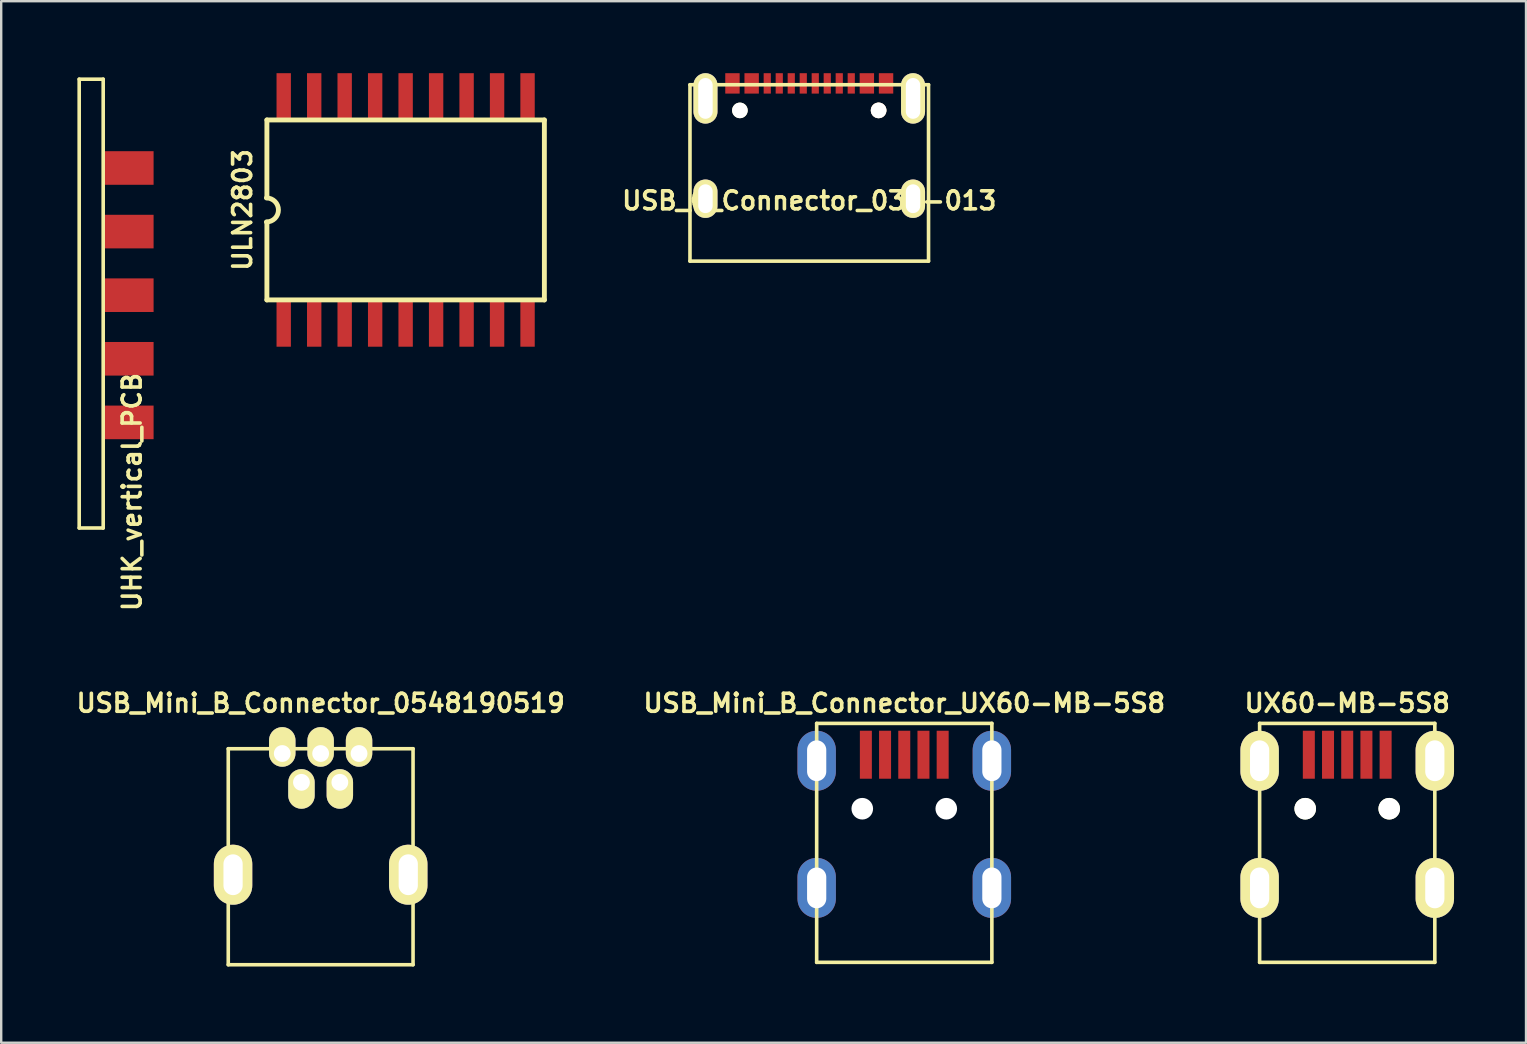
<source format=kicad_pcb>
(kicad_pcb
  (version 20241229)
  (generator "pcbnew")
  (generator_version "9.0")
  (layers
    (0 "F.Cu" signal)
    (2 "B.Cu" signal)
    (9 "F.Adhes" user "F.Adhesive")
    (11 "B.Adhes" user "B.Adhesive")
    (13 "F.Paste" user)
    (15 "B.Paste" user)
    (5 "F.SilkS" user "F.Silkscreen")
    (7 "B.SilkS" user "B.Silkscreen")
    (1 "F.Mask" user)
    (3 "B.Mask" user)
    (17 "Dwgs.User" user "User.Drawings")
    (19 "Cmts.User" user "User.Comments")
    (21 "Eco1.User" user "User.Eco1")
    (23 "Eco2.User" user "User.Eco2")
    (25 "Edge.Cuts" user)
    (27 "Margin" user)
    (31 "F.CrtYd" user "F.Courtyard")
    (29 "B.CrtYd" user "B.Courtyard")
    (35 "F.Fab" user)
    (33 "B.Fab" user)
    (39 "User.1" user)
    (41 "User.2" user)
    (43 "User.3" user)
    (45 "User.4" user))
  (footprint "USB_C_Connector_036-013"
    (layer "F.Cu")
    (at 30.67 7.85)
    (property "Reference" "USB_C_Connector_036-013" (at 0 -2.54 0) (layer "F.SilkS") (effects (font (size 0.75 0.75) (thickness 0.15))))
    (attr through_hole)
    (fp_line (start -4.97 -7.37) (end -4.97 -0.02) (stroke (width 0.15) (type solid)) (layer "F.SilkS"))
    (fp_line (start -4.97 -0.02) (end 4.97 -0.02) (stroke (width 0.15) (type solid)) (layer "F.SilkS"))
    (fp_line (start 4.97 -7.37) (end -4.97 -7.37) (stroke (width 0.15) (type solid)) (layer "F.SilkS"))
    (fp_line (start 4.97 -0.02) (end 4.97 -7.37) (stroke (width 0.15) (type solid)) (layer "F.SilkS"))
    (pad "" np_thru_hole circle (at -2.89 -6.3) (size 0.65 0.65) (drill 0.65) (layers "*.Cu" "*.Mask" "F.SilkS"))
    (pad "" np_thru_hole circle (at 2.89 -6.3 180) (size 0.65 0.65) (drill 0.65) (layers "*.Cu" "*.SilkS" "*.Mask"))
    (pad "13" thru_hole oval (at -4.325 -6.8) (size 1 2.1) (drill oval 0.6 1.7) (layers "*.Cu" "*.Mask" "F.SilkS"))
    (pad "13" thru_hole oval (at -4.325 -2.62) (size 1 1.6) (drill oval 0.6 1.2) (layers "*.Cu" "*.Mask" "F.SilkS"))
    (pad "13" thru_hole oval (at 4.325 -6.8 180) (size 1 2.1) (drill oval 0.6 1.7) (layers "*.Cu" "*.Mask" "F.SilkS"))
    (pad "13" thru_hole oval (at 4.325 -2.62 180) (size 1 1.6) (drill oval 0.6 1.2) (layers "*.Cu" "*.Mask" "F.SilkS"))
    (pad "A1B12" smd rect (at -3.2 -7.425) (size 0.6 0.85) (layers "F.Cu" "F.Mask" "F.Paste"))
    (pad "A4B9" smd rect (at -2.4 -7.425) (size 0.6 0.85) (layers "F.Cu" "F.Mask" "F.Paste"))
    (pad "A5" smd rect (at -1.25 -7.425) (size 0.3 0.85) (layers "F.Cu" "F.Mask" "F.Paste"))
    (pad "A6" smd rect (at -0.25 -7.425) (size 0.3 0.85) (layers "F.Cu" "F.Mask" "F.Paste"))
    (pad "A7" smd rect (at 0.25 -7.425) (size 0.3 0.85) (layers "F.Cu" "F.Mask" "F.Paste"))
    (pad "A8" smd rect (at 1.25 -7.425) (size 0.3 0.85) (layers "F.Cu" "F.Mask" "F.Paste"))
    (pad "B1A12" smd rect (at 3.2 -7.425) (size 0.6 0.85) (layers "F.Cu" "F.Mask" "F.Paste"))
    (pad "B4A9" smd rect (at 2.4 -7.425) (size 0.6 0.85) (layers "F.Cu" "F.Mask" "F.Paste"))
    (pad "B5" smd rect (at 1.75 -7.425) (size 0.3 0.85) (layers "F.Cu" "F.Mask" "F.Paste"))
    (pad "B6" smd rect (at 0.75 -7.425) (size 0.3 0.85) (layers "F.Cu" "F.Mask" "F.Paste"))
    (pad "B7" smd rect (at -0.75 -7.425) (size 0.3 0.85) (layers "F.Cu" "F.Mask" "F.Paste"))
    (pad "B8" smd rect (at -1.75 -7.425) (size 0.3 0.85) (layers "F.Cu" "F.Mask" "F.Paste")))
  (footprint "USB_Mini_B_Connector_0548190519"
    (layer "F.Cu")
    (at 10.311 37.148)
    (property "Reference" "USB_Mini_B_Connector_0548190519" (at 0 -10.9 0) (layer "F.SilkS") (effects (font (size 0.75 0.75) (thickness 0.15))))
    (attr through_hole)
    (fp_line (start -3.85 -9) (end -3.85 0) (stroke (width 0.15) (type solid)) (layer "F.SilkS"))
    (fp_line (start -3.85 0) (end 3.85 0) (stroke (width 0.15) (type solid)) (layer "F.SilkS"))
    (fp_line (start 3.85 -9) (end -3.85 -9) (stroke (width 0.15) (type solid)) (layer "F.SilkS"))
    (fp_line (start 3.85 0) (end 3.85 -9) (stroke (width 0.15) (type solid)) (layer "F.SilkS"))
    (pad "" thru_hole oval (at 0.8 -7.6) (size 1.1 1.65) (drill oval 0.7 (offset 0 0.275)) (layers "*.Cu" "*.Mask" "F.SilkS"))
    (pad "1" thru_hole oval (at -1.6 -8.8) (size 1.1 1.65) (drill oval 0.7 (offset 0 -0.275)) (layers "*.Cu" "*.Mask" "F.SilkS"))
    (pad "2" thru_hole oval (at -0.8 -7.6) (size 1.1 1.65) (drill oval 0.7 (offset 0 0.275)) (layers "*.Cu" "*.Mask" "F.SilkS"))
    (pad "3" thru_hole oval (at 0 -8.8) (size 1.1 1.65) (drill oval 0.7 (offset 0 -0.275)) (layers "*.Cu" "*.Mask" "F.SilkS"))
    (pad "4" thru_hole oval (at 1.6 -8.8) (size 1.1 1.65) (drill oval 0.7 (offset 0 -0.275)) (layers "*.Cu" "*.Mask" "F.SilkS"))
    (pad "5" thru_hole oval (at -3.65 -3.75) (size 1.6 2.5) (drill oval 0.8 1.7) (layers "*.Cu" "*.Mask" "F.SilkS"))
    (pad "5" thru_hole oval (at 3.65 -3.75) (size 1.6 2.5) (drill oval 0.8 1.7) (layers "*.Cu" "*.Mask" "F.SilkS")))
  (footprint "UHK_vertical_PCB"
    (layer "F.Cu")
    (at 0.25 0.25)
    (property "Reference" "UHK_vertical_PCB" (at 2.2 17.2 90) (layer "F.SilkS") (effects (font (size 0.75 0.75) (thickness 0.15))))
    (attr through_hole)
    (fp_line (start 0 0) (end 1 0) (stroke (width 0.15) (type solid)) (layer "F.SilkS"))
    (fp_line (start 0 18.7) (end 0 0) (stroke (width 0.15) (type solid)) (layer "F.SilkS"))
    (fp_line (start 1 0) (end 1 18.7) (stroke (width 0.15) (type solid)) (layer "F.SilkS"))
    (fp_line (start 1 18.7) (end 0 18.7) (stroke (width 0.15) (type solid)) (layer "F.SilkS"))
    (pad "1" smd rect (at 2.05 3.7) (size 2.1 1.4) (layers "F.Cu" "F.Mask" "F.Paste"))
    (pad "2" smd rect (at 2.05 6.35) (size 2.1 1.4) (layers "F.Cu" "F.Mask" "F.Paste"))
    (pad "3" smd rect (at 2.05 9) (size 2.1 1.4) (layers "F.Cu" "F.Mask" "F.Paste"))
    (pad "4" smd rect (at 2.05 11.65) (size 2.1 1.4) (layers "F.Cu" "F.Mask" "F.Paste"))
    (pad "5" smd rect (at 2.05 14.3) (size 2.1 1.4) (layers "F.Cu" "F.Mask" "F.Paste")))
  (footprint "UX60-MB-5S8"
    (layer "F.Cu")
    (at 53.086 30.648)
    (property "Reference" "UX60-MB-5S8" (at 0 -4.4 0) (layer "F.SilkS") (effects (font (size 0.75 0.75) (thickness 0.15))))
    (attr through_hole)
    (fp_line (start -3.65 -3.556) (end -3.65 6.401) (stroke (width 0.15) (type solid)) (layer "F.SilkS"))
    (fp_line (start -3.65 6.401) (end 3.65 6.401) (stroke (width 0.15) (type solid)) (layer "F.SilkS"))
    (fp_line (start 3.65 -3.556) (end -3.65 -3.556) (stroke (width 0.15) (type solid)) (layer "F.SilkS"))
    (fp_line (start 3.65 6.401) (end 3.65 -3.556) (stroke (width 0.15) (type solid)) (layer "F.SilkS"))
    (pad "" np_thru_hole circle (at -1.75 0) (size 0.9 0.9) (drill 0.9) (layers "*.Cu" "*.Mask" "F.SilkS"))
    (pad "" smd rect (at 0.8 -2.25) (size 0.5 2) (layers "F.Cu" "F.Mask" "F.Paste"))
    (pad "" np_thru_hole circle (at 1.75 0) (size 0.9 0.9) (drill 0.9) (layers "*.Cu" "*.Mask" "F.SilkS"))
    (pad "1" smd rect (at -1.6 -2.25) (size 0.5 2) (layers "F.Cu" "F.Mask" "F.Paste"))
    (pad "2" smd rect (at -0.8 -2.25) (size 0.5 2) (layers "F.Cu" "F.Mask" "F.Paste"))
    (pad "3" smd rect (at 0 -2.25) (size 0.5 2) (layers "F.Cu" "F.Mask" "F.Paste"))
    (pad "4" smd rect (at 1.6 -2.25) (size 0.5 2) (layers "F.Cu" "F.Mask" "F.Paste"))
    (pad "5" thru_hole oval (at -3.65 -1.999) (size 1.6 2.5) (drill oval 0.8 1.7) (layers "*.Cu" "*.Mask" "F.SilkS"))
    (pad "5" thru_hole oval (at -3.65 3.299) (size 1.6 2.5) (drill oval 0.8 1.7) (layers "*.Cu" "*.Mask" "F.SilkS"))
    (pad "5" thru_hole oval (at 3.65 -1.999) (size 1.6 2.5) (drill oval 0.8 1.7) (layers "*.Cu" "*.Mask" "F.SilkS"))
    (pad "5" thru_hole oval (at 3.65 3.299) (size 1.6 2.5) (drill oval 0.8 1.7) (layers "*.Cu" "*.Mask" "F.SilkS")))
  (footprint "ULN2803"
    (layer "F.Cu")
    (at 13.852 5.698)
    (property "Reference" "ULN2803" (at -6.8 0 90) (layer "F.SilkS") (effects (font (size 0.75 0.75) (thickness 0.15))))
    (attr smd)
    (fp_line (start -5.781 -3.749) (end 5.781 -3.749) (stroke (width 0.203) (type solid)) (layer "F.SilkS"))
    (fp_line (start -5.781 -0.508) (end -5.781 -3.749) (stroke (width 0.203) (type solid)) (layer "F.SilkS"))
    (fp_line (start -5.781 3.749) (end -5.781 0.508) (stroke (width 0.203) (type solid)) (layer "F.SilkS"))
    (fp_line (start 5.781 -3.749) (end 5.781 3.749) (stroke (width 0.203) (type solid)) (layer "F.SilkS"))
    (fp_line (start 5.781 3.749) (end -5.781 3.749) (stroke (width 0.203) (type solid)) (layer "F.SilkS"))
    (fp_arc (start -5.8 -0.5) (mid -5.3 0) (end -5.8 0.5) (stroke (width 0.2032) (type solid)) (layer "F.SilkS"))
    (pad "1" smd rect (at -5.08 4.699) (size 0.599 1.999) (layers "F.Cu" "F.Mask" "F.Paste"))
    (pad "2" smd rect (at -3.81 4.699) (size 0.599 1.999) (layers "F.Cu" "F.Mask" "F.Paste"))
    (pad "3" smd rect (at -2.54 4.699) (size 0.599 1.999) (layers "F.Cu" "F.Mask" "F.Paste"))
    (pad "4" smd rect (at -1.27 4.699) (size 0.599 1.999) (layers "F.Cu" "F.Mask" "F.Paste"))
    (pad "5" smd rect (at 0 4.699) (size 0.599 1.999) (layers "F.Cu" "F.Mask" "F.Paste"))
    (pad "6" smd rect (at 1.27 4.699) (size 0.599 1.999) (layers "F.Cu" "F.Mask" "F.Paste"))
    (pad "7" smd rect (at 2.54 4.699) (size 0.599 1.999) (layers "F.Cu" "F.Mask" "F.Paste"))
    (pad "8" smd rect (at 3.81 4.699) (size 0.599 1.999) (layers "F.Cu" "F.Mask" "F.Paste"))
    (pad "9" smd rect (at 5.08 4.699) (size 0.599 1.999) (layers "F.Cu" "F.Mask" "F.Paste"))
    (pad "10" smd rect (at 5.08 -4.699) (size 0.599 1.999) (layers "F.Cu" "F.Mask" "F.Paste"))
    (pad "11" smd rect (at 3.81 -4.699) (size 0.599 1.999) (layers "F.Cu" "F.Mask" "F.Paste"))
    (pad "12" smd rect (at 2.54 -4.699) (size 0.599 1.999) (layers "F.Cu" "F.Mask" "F.Paste"))
    (pad "13" smd rect (at 1.27 -4.699) (size 0.599 1.999) (layers "F.Cu" "F.Mask" "F.Paste"))
    (pad "14" smd rect (at 0 -4.699) (size 0.599 1.999) (layers "F.Cu" "F.Mask" "F.Paste"))
    (pad "15" smd rect (at -1.27 -4.699) (size 0.599 1.999) (layers "F.Cu" "F.Mask" "F.Paste"))
    (pad "16" smd rect (at -2.54 -4.699) (size 0.599 1.999) (layers "F.Cu" "F.Mask" "F.Paste"))
    (pad "17" smd rect (at -3.81 -4.699) (size 0.599 1.999) (layers "F.Cu" "F.Mask" "F.Paste"))
    (pad "18" smd rect (at -5.08 -4.699) (size 0.599 1.999) (layers "F.Cu" "F.Mask" "F.Paste")))
  (footprint "USB_Mini_B_Connector_UX60-MB-5S8"
    (layer "F.Cu")
    (at 34.629 30.648)
    (property "Reference" "USB_Mini_B_Connector_UX60-MB-5S8" (at 0 -4.4 0) (layer "F.SilkS") (effects (font (size 0.75 0.75) (thickness 0.15))))
    (attr through_hole)
    (fp_line (start -3.65 -3.556) (end -3.65 6.401) (stroke (width 0.15) (type solid)) (layer "F.SilkS"))
    (fp_line (start -3.65 6.401) (end 3.65 6.401) (stroke (width 0.15) (type solid)) (layer "F.SilkS"))
    (fp_line (start 3.65 -3.556) (end -3.65 -3.556) (stroke (width 0.15) (type solid)) (layer "F.SilkS"))
    (fp_line (start 3.65 6.401) (end 3.65 -3.556) (stroke (width 0.15) (type solid)) (layer "F.SilkS"))
    (pad "" np_thru_hole circle (at -1.75 0) (size 0.9 0.9) (drill 0.9) (layers "*.Cu" "*.Mask"))
    (pad "" smd rect (at 0.8 -2.25) (size 0.5 2) (layers "F.Cu" "F.Mask" "F.Paste"))
    (pad "" np_thru_hole circle (at 1.75 0) (size 0.9 0.9) (drill 0.9) (layers "*.Cu" "*.Mask"))
    (pad "1" smd rect (at -1.6 -2.25) (size 0.5 2) (layers "F.Cu" "F.Mask" "F.Paste"))
    (pad "2" smd rect (at -0.8 -2.25) (size 0.5 2) (layers "F.Cu" "F.Mask" "F.Paste"))
    (pad "3" smd rect (at 0 -2.25) (size 0.5 2) (layers "F.Cu" "F.Mask" "F.Paste"))
    (pad "4" smd rect (at 1.6 -2.25) (size 0.5 2) (layers "F.Cu" "F.Mask" "F.Paste"))
    (pad "5" thru_hole oval (at -3.65 -1.999) (size 1.6 2.5) (drill oval 0.8 1.7) (layers "*.Cu" "*.Mask"))
    (pad "5" thru_hole oval (at -3.65 3.299) (size 1.6 2.5) (drill oval 0.8 1.7) (layers "*.Cu" "*.Mask"))
    (pad "5" thru_hole oval (at 3.65 -1.999) (size 1.6 2.5) (drill oval 0.8 1.7) (layers "*.Cu" "*.Mask"))
    (pad "5" thru_hole oval (at 3.65 3.299) (size 1.6 2.5) (drill oval 0.8 1.7) (layers "*.Cu" "*.Mask")))
  (gr_rect
    (start -3 -3)
    (end 60.536 40.398)
    (stroke (width 0.1) (type default))
    (fill no)
    (layer "Edge.Cuts")))
</source>
